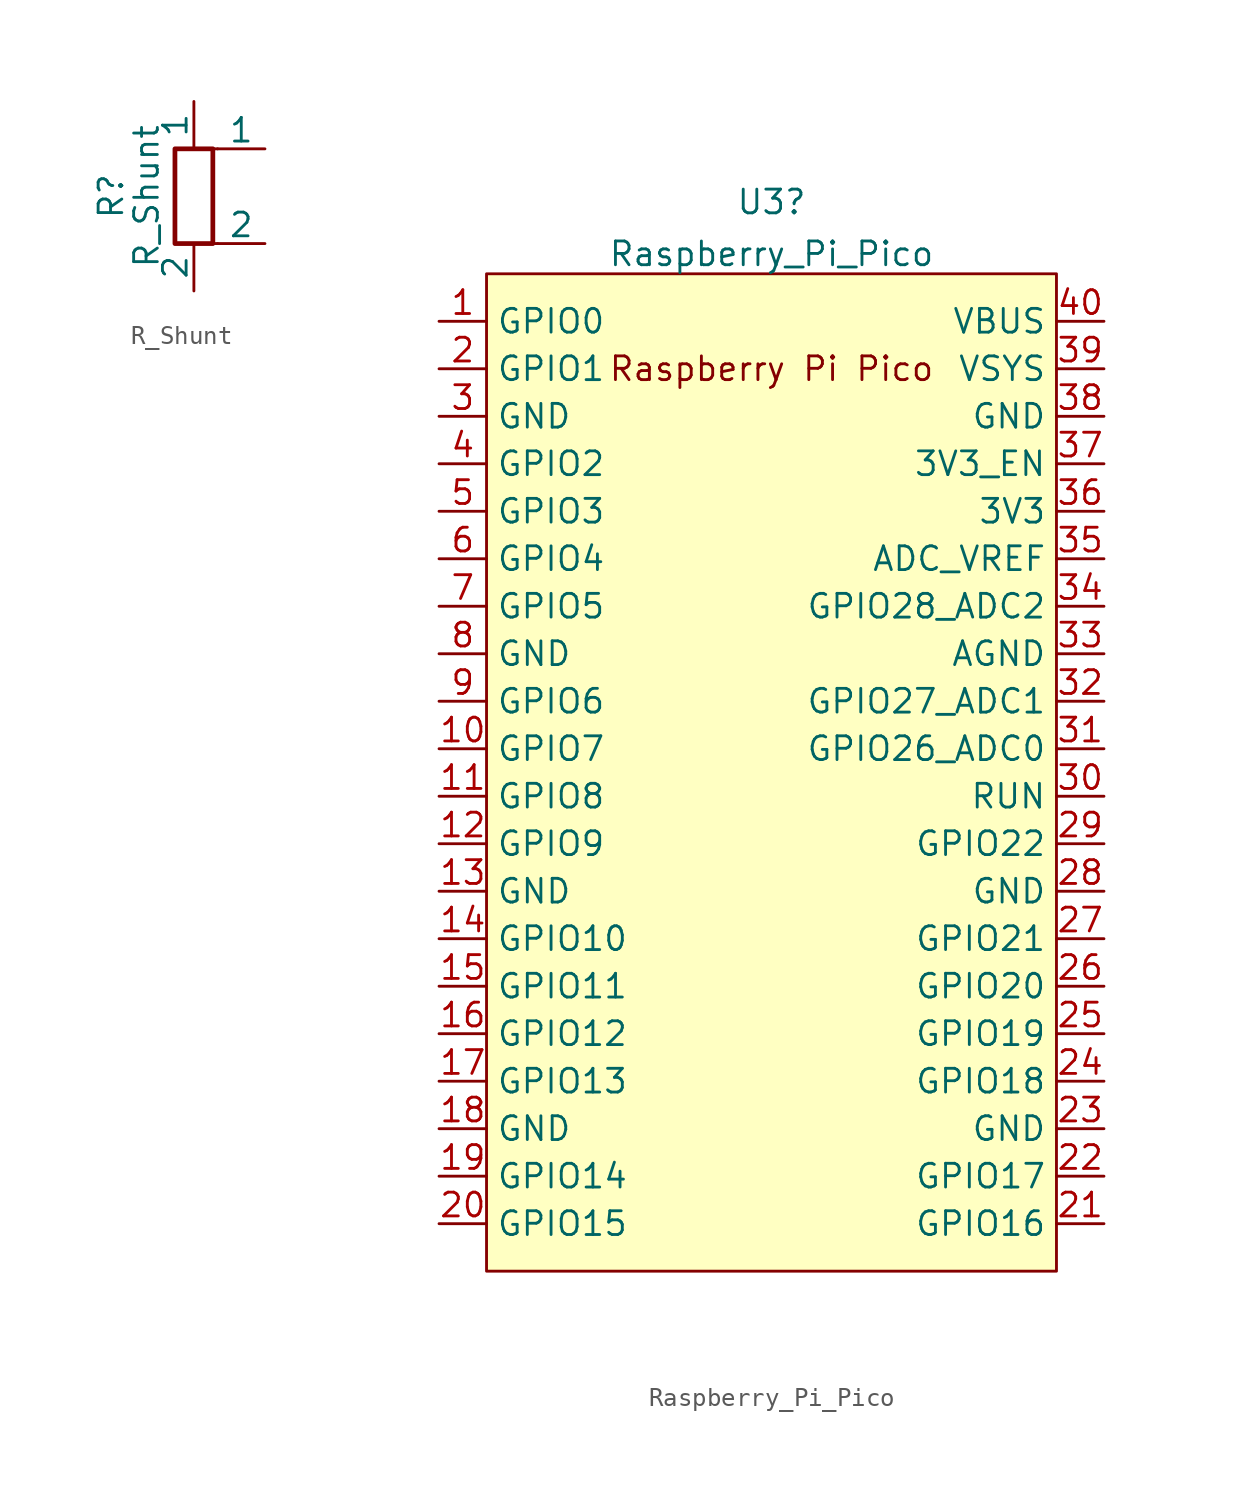
<source format=kicad_sym>
(kicad_symbol_lib
  (version 20211014)
  (generator kicad_symbol_editor)
  (symbol "R_Shunt"
    (pin_numbers hide)
    (pin_names
      (offset 0))
    (property "Reference" "R"
      (at -4.445 0 90)
      (effects (font (size 1.27 1.27))))
    (property "Value" "R_Shunt"
      (at -2.54 0 90)
      (effects (font (size 1.27 1.27))))
    (symbol "R_Shunt_0_1"
      (rectangle (start -1.016 -2.54) (end 1.016 2.54) (stroke (width 0.254) (type default) (color 0 0 0 0)) (fill (type none)))
      (polyline (pts (xy 0 -2.54) (xy 1.27 -2.54)) (stroke (width 0) (type default) (color 0 0 0 0)) (fill (type none)))
      (polyline (pts (xy 1.27 2.54) (xy 0 2.54)) (stroke (width 0) (type default) (color 0 0 0 0)) (fill (type none))))
    (symbol "R_Shunt_1_1"
      (pin passive line (at 0 5.08 270) (length 2.54) (name "1" (effects (font (size 1.27 1.27)))) (number "1" (effects (font (size 1.27 1.27)))))
      (pin passive line (at 3.81 2.54 180) (length 2.54) (name "1" (effects (font (size 1.27 1.27)))) (number "1" (effects (font (size 1.27 1.27)))))
      (pin passive line (at 0 -5.08 90) (length 2.54) (name "2" (effects (font (size 1.27 1.27)))) (number "2" (effects (font (size 1.27 1.27)))))
      (pin passive line (at 3.81 -2.54 180) (length 2.54) (name "2" (effects (font (size 1.27 1.27)))) (number "2" (effects (font (size 1.27 1.27)))))))
  (symbol "Raspberry_Pi_Pico"
    (property "Reference" "U3"
      (at 0 30.509 0)
      (effects (font (size 1.27 1.27))))
    (property "Value" "Raspberry_Pi_Pico"
      (at 0 27.734 0)
      (effects (font (size 1.27 1.27))))
    (symbol "Raspberry_Pi_Pico_0_0"
      (text "Raspberry Pi Pico" (at 0 21.59 0) (effects (font (size 1.27 1.27)))))
    (symbol "Raspberry_Pi_Pico_0_1"
      (rectangle (start -15.24 26.67) (end 15.24 -26.67) (stroke (width 0) (type default) (color 0 0 0 0)) (fill (type background))))
    (symbol "Raspberry_Pi_Pico_1_1"
      (pin bidirectional line (at -17.78 24.13 0) (length 2.54) (name "GPIO0" (effects (font (size 1.27 1.27)))) (number "1" (effects (font (size 1.27 1.27)))))
      (pin bidirectional line (at -17.78 1.27 0) (length 2.54) (name "GPIO7" (effects (font (size 1.27 1.27)))) (number "10" (effects (font (size 1.27 1.27)))))
      (pin bidirectional line (at -17.78 -1.27 0) (length 2.54) (name "GPIO8" (effects (font (size 1.27 1.27)))) (number "11" (effects (font (size 1.27 1.27)))))
      (pin bidirectional line (at -17.78 -3.81 0) (length 2.54) (name "GPIO9" (effects (font (size 1.27 1.27)))) (number "12" (effects (font (size 1.27 1.27)))))
      (pin power_in line (at -17.78 -6.35 0) (length 2.54) (name "GND" (effects (font (size 1.27 1.27)))) (number "13" (effects (font (size 1.27 1.27)))))
      (pin bidirectional line (at -17.78 -8.89 0) (length 2.54) (name "GPIO10" (effects (font (size 1.27 1.27)))) (number "14" (effects (font (size 1.27 1.27)))))
      (pin bidirectional line (at -17.78 -11.43 0) (length 2.54) (name "GPIO11" (effects (font (size 1.27 1.27)))) (number "15" (effects (font (size 1.27 1.27)))))
      (pin bidirectional line (at -17.78 -13.97 0) (length 2.54) (name "GPIO12" (effects (font (size 1.27 1.27)))) (number "16" (effects (font (size 1.27 1.27)))))
      (pin bidirectional line (at -17.78 -16.51 0) (length 2.54) (name "GPIO13" (effects (font (size 1.27 1.27)))) (number "17" (effects (font (size 1.27 1.27)))))
      (pin power_in line (at -17.78 -19.05 0) (length 2.54) (name "GND" (effects (font (size 1.27 1.27)))) (number "18" (effects (font (size 1.27 1.27)))))
      (pin bidirectional line (at -17.78 -21.59 0) (length 2.54) (name "GPIO14" (effects (font (size 1.27 1.27)))) (number "19" (effects (font (size 1.27 1.27)))))
      (pin bidirectional line (at -17.78 21.59 0) (length 2.54) (name "GPIO1" (effects (font (size 1.27 1.27)))) (number "2" (effects (font (size 1.27 1.27)))))
      (pin bidirectional line (at -17.78 -24.13 0) (length 2.54) (name "GPIO15" (effects (font (size 1.27 1.27)))) (number "20" (effects (font (size 1.27 1.27)))))
      (pin bidirectional line (at 17.78 -24.13 180) (length 2.54) (name "GPIO16" (effects (font (size 1.27 1.27)))) (number "21" (effects (font (size 1.27 1.27)))))
      (pin bidirectional line (at 17.78 -21.59 180) (length 2.54) (name "GPIO17" (effects (font (size 1.27 1.27)))) (number "22" (effects (font (size 1.27 1.27)))))
      (pin power_in line (at 17.78 -19.05 180) (length 2.54) (name "GND" (effects (font (size 1.27 1.27)))) (number "23" (effects (font (size 1.27 1.27)))))
      (pin bidirectional line (at 17.78 -16.51 180) (length 2.54) (name "GPIO18" (effects (font (size 1.27 1.27)))) (number "24" (effects (font (size 1.27 1.27)))))
      (pin bidirectional line (at 17.78 -13.97 180) (length 2.54) (name "GPIO19" (effects (font (size 1.27 1.27)))) (number "25" (effects (font (size 1.27 1.27)))))
      (pin bidirectional line (at 17.78 -11.43 180) (length 2.54) (name "GPIO20" (effects (font (size 1.27 1.27)))) (number "26" (effects (font (size 1.27 1.27)))))
      (pin bidirectional line (at 17.78 -8.89 180) (length 2.54) (name "GPIO21" (effects (font (size 1.27 1.27)))) (number "27" (effects (font (size 1.27 1.27)))))
      (pin power_in line (at 17.78 -6.35 180) (length 2.54) (name "GND" (effects (font (size 1.27 1.27)))) (number "28" (effects (font (size 1.27 1.27)))))
      (pin bidirectional line (at 17.78 -3.81 180) (length 2.54) (name "GPIO22" (effects (font (size 1.27 1.27)))) (number "29" (effects (font (size 1.27 1.27)))))
      (pin power_in line (at -17.78 19.05 0) (length 2.54) (name "GND" (effects (font (size 1.27 1.27)))) (number "3" (effects (font (size 1.27 1.27)))))
      (pin input line (at 17.78 -1.27 180) (length 2.54) (name "RUN" (effects (font (size 1.27 1.27)))) (number "30" (effects (font (size 1.27 1.27)))))
      (pin bidirectional line (at 17.78 1.27 180) (length 2.54) (name "GPIO26_ADC0" (effects (font (size 1.27 1.27)))) (number "31" (effects (font (size 1.27 1.27)))))
      (pin bidirectional line (at 17.78 3.81 180) (length 2.54) (name "GPIO27_ADC1" (effects (font (size 1.27 1.27)))) (number "32" (effects (font (size 1.27 1.27)))))
      (pin power_in line (at 17.78 6.35 180) (length 2.54) (name "AGND" (effects (font (size 1.27 1.27)))) (number "33" (effects (font (size 1.27 1.27)))))
      (pin bidirectional line (at 17.78 8.89 180) (length 2.54) (name "GPIO28_ADC2" (effects (font (size 1.27 1.27)))) (number "34" (effects (font (size 1.27 1.27)))))
      (pin power_in line (at 17.78 11.43 180) (length 2.54) (name "ADC_VREF" (effects (font (size 1.27 1.27)))) (number "35" (effects (font (size 1.27 1.27)))))
      (pin power_out line (at 17.78 13.97 180) (length 2.54) (name "3V3" (effects (font (size 1.27 1.27)))) (number "36" (effects (font (size 1.27 1.27)))))
      (pin input line (at 17.78 16.51 180) (length 2.54) (name "3V3_EN" (effects (font (size 1.27 1.27)))) (number "37" (effects (font (size 1.27 1.27)))))
      (pin bidirectional line (at 17.78 19.05 180) (length 2.54) (name "GND" (effects (font (size 1.27 1.27)))) (number "38" (effects (font (size 1.27 1.27)))))
      (pin power_in line (at 17.78 21.59 180) (length 2.54) (name "VSYS" (effects (font (size 1.27 1.27)))) (number "39" (effects (font (size 1.27 1.27)))))
      (pin bidirectional line (at -17.78 16.51 0) (length 2.54) (name "GPIO2" (effects (font (size 1.27 1.27)))) (number "4" (effects (font (size 1.27 1.27)))))
      (pin power_in line (at 17.78 24.13 180) (length 2.54) (name "VBUS" (effects (font (size 1.27 1.27)))) (number "40" (effects (font (size 1.27 1.27)))))
      (pin bidirectional line (at -17.78 13.97 0) (length 2.54) (name "GPIO3" (effects (font (size 1.27 1.27)))) (number "5" (effects (font (size 1.27 1.27)))))
      (pin bidirectional line (at -17.78 11.43 0) (length 2.54) (name "GPIO4" (effects (font (size 1.27 1.27)))) (number "6" (effects (font (size 1.27 1.27)))))
      (pin bidirectional line (at -17.78 8.89 0) (length 2.54) (name "GPIO5" (effects (font (size 1.27 1.27)))) (number "7" (effects (font (size 1.27 1.27)))))
      (pin power_in line (at -17.78 6.35 0) (length 2.54) (name "GND" (effects (font (size 1.27 1.27)))) (number "8" (effects (font (size 1.27 1.27)))))
      (pin bidirectional line (at -17.78 3.81 0) (length 2.54) (name "GPIO6" (effects (font (size 1.27 1.27)))) (number "9" (effects (font (size 1.27 1.27))))))))
</source>
